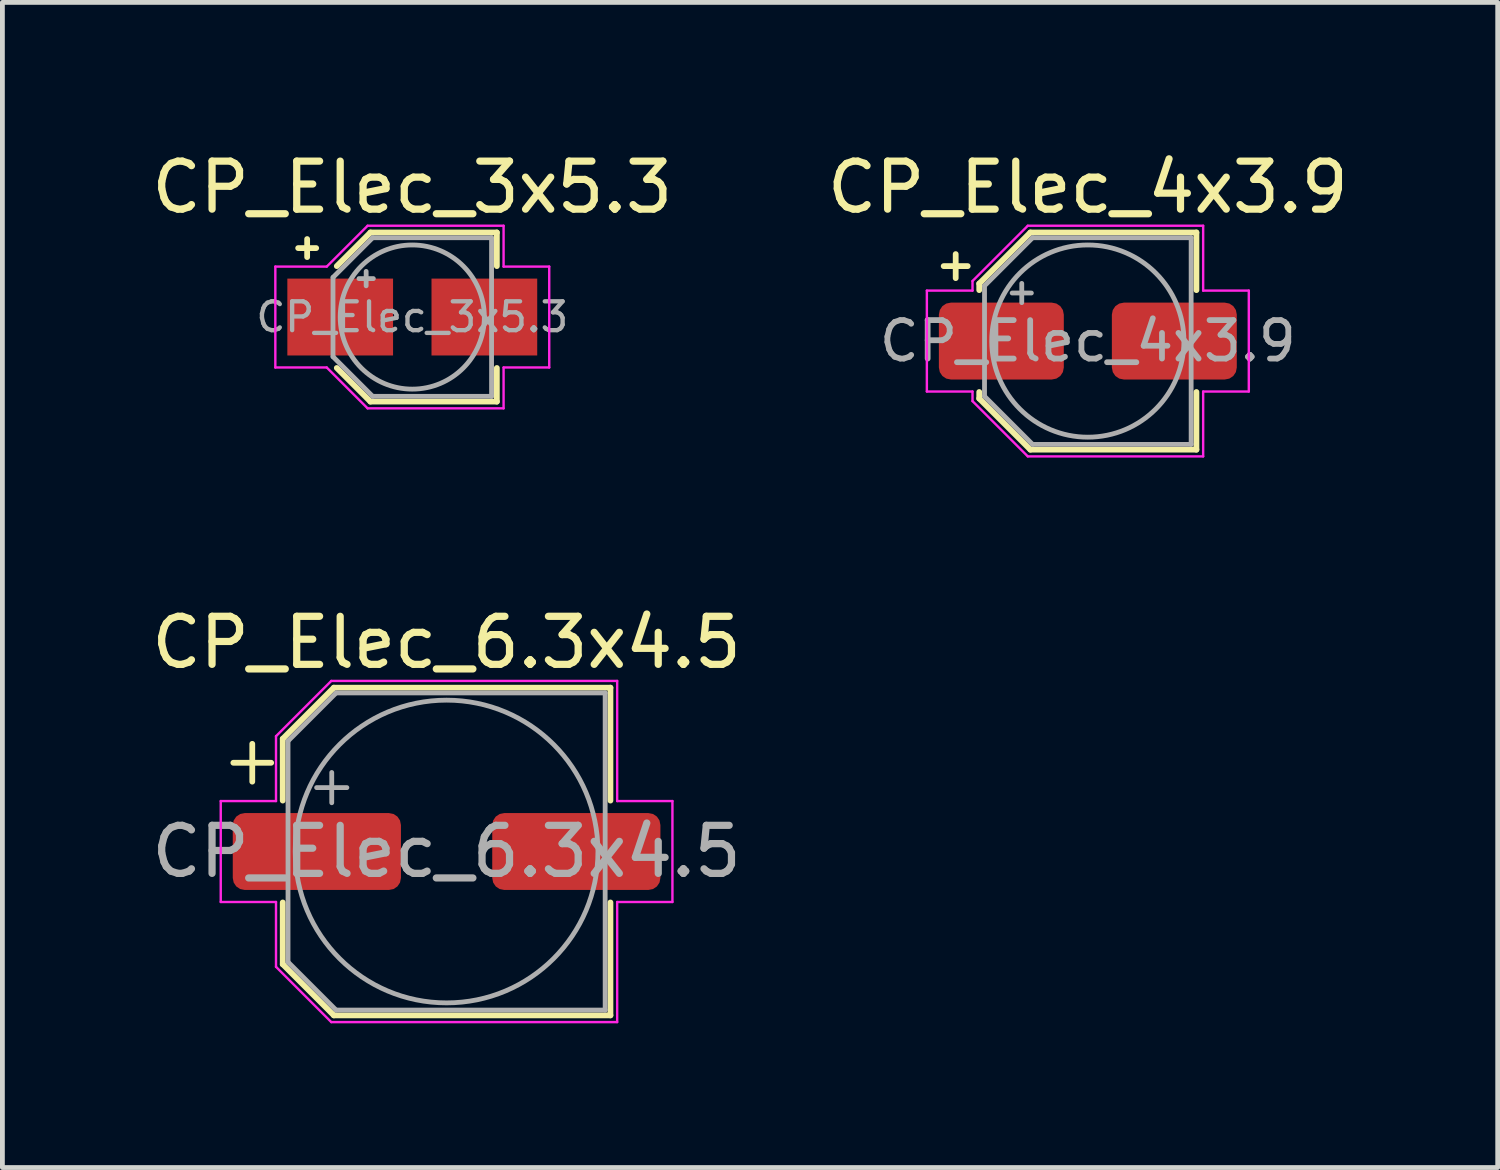
<source format=kicad_pcb>
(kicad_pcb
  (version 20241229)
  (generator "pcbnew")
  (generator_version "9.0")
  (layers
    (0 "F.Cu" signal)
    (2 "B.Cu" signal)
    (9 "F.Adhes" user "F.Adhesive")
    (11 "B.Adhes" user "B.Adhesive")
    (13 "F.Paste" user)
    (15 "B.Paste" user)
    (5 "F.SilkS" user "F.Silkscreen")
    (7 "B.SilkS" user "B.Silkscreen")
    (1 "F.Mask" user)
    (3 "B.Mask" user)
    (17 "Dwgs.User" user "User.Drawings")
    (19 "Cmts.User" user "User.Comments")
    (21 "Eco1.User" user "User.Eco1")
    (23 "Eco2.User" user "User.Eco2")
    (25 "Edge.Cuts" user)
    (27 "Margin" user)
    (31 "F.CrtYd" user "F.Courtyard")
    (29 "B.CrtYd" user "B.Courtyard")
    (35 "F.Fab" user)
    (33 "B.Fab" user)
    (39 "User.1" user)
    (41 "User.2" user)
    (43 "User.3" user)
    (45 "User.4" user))
  (footprint "CP_Elec_3x5.3"
    (layer "F.Cu")
    (at 5.53 3.548)
    (property "Reference" "CP_Elec_3x5.3" (at 0 -2.7 0) (layer "F.SilkS") (effects (font (size 1 1) (thickness 0.15))))
    (attr smd)
    (fp_line (start -2.375 -1.435) (end -2 -1.435) (stroke (width 0.12) (type solid)) (layer "F.SilkS"))
    (fp_line (start -2.188 -1.623) (end -2.188 -1.248) (stroke (width 0.12) (type solid)) (layer "F.SilkS"))
    (fp_line (start -1.571 -1.06) (end -0.871 -1.76) (stroke (width 0.12) (type solid)) (layer "F.SilkS"))
    (fp_line (start -1.571 1.06) (end -0.871 1.76) (stroke (width 0.12) (type solid)) (layer "F.SilkS"))
    (fp_line (start -0.871 -1.76) (end 1.76 -1.76) (stroke (width 0.12) (type solid)) (layer "F.SilkS"))
    (fp_line (start -0.871 1.76) (end 1.76 1.76) (stroke (width 0.12) (type solid)) (layer "F.SilkS"))
    (fp_line (start 1.76 -1.76) (end 1.76 -1.06) (stroke (width 0.12) (type solid)) (layer "F.SilkS"))
    (fp_line (start 1.76 1.76) (end 1.76 1.06) (stroke (width 0.12) (type solid)) (layer "F.SilkS"))
    (fp_line (start -2.85 -1.05) (end -2.85 1.05) (stroke (width 0.05) (type solid)) (layer "F.CrtYd"))
    (fp_line (start -2.85 1.05) (end -1.78 1.05) (stroke (width 0.05) (type solid)) (layer "F.CrtYd"))
    (fp_line (start -1.78 -1.05) (end -2.85 -1.05) (stroke (width 0.05) (type solid)) (layer "F.CrtYd"))
    (fp_line (start -1.78 -1.05) (end -0.93 -1.9) (stroke (width 0.05) (type solid)) (layer "F.CrtYd"))
    (fp_line (start -1.78 1.05) (end -0.93 1.9) (stroke (width 0.05) (type solid)) (layer "F.CrtYd"))
    (fp_line (start -0.93 -1.9) (end 1.9 -1.9) (stroke (width 0.05) (type solid)) (layer "F.CrtYd"))
    (fp_line (start -0.93 1.9) (end 1.9 1.9) (stroke (width 0.05) (type solid)) (layer "F.CrtYd"))
    (fp_line (start 1.9 -1.9) (end 1.9 -1.05) (stroke (width 0.05) (type solid)) (layer "F.CrtYd"))
    (fp_line (start 1.9 -1.05) (end 2.85 -1.05) (stroke (width 0.05) (type solid)) (layer "F.CrtYd"))
    (fp_line (start 1.9 1.05) (end 1.9 1.9) (stroke (width 0.05) (type solid)) (layer "F.CrtYd"))
    (fp_line (start 2.85 -1.05) (end 2.85 1.05) (stroke (width 0.05) (type solid)) (layer "F.CrtYd"))
    (fp_line (start 2.85 1.05) (end 1.9 1.05) (stroke (width 0.05) (type solid)) (layer "F.CrtYd"))
    (fp_line (start -1.65 -0.825) (end -1.65 0.825) (stroke (width 0.1) (type solid)) (layer "F.Fab"))
    (fp_line (start -1.65 -0.825) (end -0.825 -1.65) (stroke (width 0.1) (type solid)) (layer "F.Fab"))
    (fp_line (start -1.65 0.825) (end -0.825 1.65) (stroke (width 0.1) (type solid)) (layer "F.Fab"))
    (fp_line (start -1.11 -0.8) (end -0.81 -0.8) (stroke (width 0.1) (type solid)) (layer "F.Fab"))
    (fp_line (start -0.96 -0.95) (end -0.96 -0.65) (stroke (width 0.1) (type solid)) (layer "F.Fab"))
    (fp_line (start -0.825 -1.65) (end 1.65 -1.65) (stroke (width 0.1) (type solid)) (layer "F.Fab"))
    (fp_line (start -0.825 1.65) (end 1.65 1.65) (stroke (width 0.1) (type solid)) (layer "F.Fab"))
    (fp_line (start 1.65 -1.65) (end 1.65 1.65) (stroke (width 0.1) (type solid)) (layer "F.Fab"))
    (fp_circle (center 0 0) (end 1.5 0) (stroke (width 0.1) (type solid)) (fill no) (layer "F.Fab"))
    (fp_text user "${REFERENCE}" (at 0 0 0) (layer "F.Fab") (effects (font (size 0.6 0.6) (thickness 0.09))))
    (pad "1" smd rect (at -1.5 0) (size 2.2 1.6) (layers "F.Cu" "F.Mask" "F.Paste"))
    (pad "2" smd rect (at 1.5 0) (size 2.2 1.6) (layers "F.Cu" "F.Mask" "F.Paste")))
  (footprint "CP_Elec_6.3x4.5"
    (layer "F.Cu")
    (at 6.244 14.671)
    (property "Reference" "CP_Elec_6.3x4.5" (at 0 -4.35 0) (layer "F.SilkS") (effects (font (size 1 1) (thickness 0.15))))
    (attr smd)
    (fp_line (start -4.438 -1.847) (end -3.65 -1.847) (stroke (width 0.12) (type solid)) (layer "F.SilkS"))
    (fp_line (start -4.044 -2.241) (end -4.044 -1.454) (stroke (width 0.12) (type solid)) (layer "F.SilkS"))
    (fp_line (start -3.41 -2.346) (end -3.41 -1.06) (stroke (width 0.12) (type solid)) (layer "F.SilkS"))
    (fp_line (start -3.41 -2.346) (end -2.346 -3.41) (stroke (width 0.12) (type solid)) (layer "F.SilkS"))
    (fp_line (start -3.41 2.346) (end -3.41 1.06) (stroke (width 0.12) (type solid)) (layer "F.SilkS"))
    (fp_line (start -3.41 2.346) (end -2.346 3.41) (stroke (width 0.12) (type solid)) (layer "F.SilkS"))
    (fp_line (start -2.346 -3.41) (end 3.41 -3.41) (stroke (width 0.12) (type solid)) (layer "F.SilkS"))
    (fp_line (start -2.346 3.41) (end 3.41 3.41) (stroke (width 0.12) (type solid)) (layer "F.SilkS"))
    (fp_line (start 3.41 -3.41) (end 3.41 -1.06) (stroke (width 0.12) (type solid)) (layer "F.SilkS"))
    (fp_line (start 3.41 3.41) (end 3.41 1.06) (stroke (width 0.12) (type solid)) (layer "F.SilkS"))
    (fp_line (start -4.7 -1.05) (end -4.7 1.05) (stroke (width 0.05) (type solid)) (layer "F.CrtYd"))
    (fp_line (start -4.7 1.05) (end -3.55 1.05) (stroke (width 0.05) (type solid)) (layer "F.CrtYd"))
    (fp_line (start -3.55 -2.4) (end -3.55 -1.05) (stroke (width 0.05) (type solid)) (layer "F.CrtYd"))
    (fp_line (start -3.55 -2.4) (end -2.4 -3.55) (stroke (width 0.05) (type solid)) (layer "F.CrtYd"))
    (fp_line (start -3.55 -1.05) (end -4.7 -1.05) (stroke (width 0.05) (type solid)) (layer "F.CrtYd"))
    (fp_line (start -3.55 1.05) (end -3.55 2.4) (stroke (width 0.05) (type solid)) (layer "F.CrtYd"))
    (fp_line (start -3.55 2.4) (end -2.4 3.55) (stroke (width 0.05) (type solid)) (layer "F.CrtYd"))
    (fp_line (start -2.4 -3.55) (end 3.55 -3.55) (stroke (width 0.05) (type solid)) (layer "F.CrtYd"))
    (fp_line (start -2.4 3.55) (end 3.55 3.55) (stroke (width 0.05) (type solid)) (layer "F.CrtYd"))
    (fp_line (start 3.55 -3.55) (end 3.55 -1.05) (stroke (width 0.05) (type solid)) (layer "F.CrtYd"))
    (fp_line (start 3.55 -1.05) (end 4.7 -1.05) (stroke (width 0.05) (type solid)) (layer "F.CrtYd"))
    (fp_line (start 3.55 1.05) (end 3.55 3.55) (stroke (width 0.05) (type solid)) (layer "F.CrtYd"))
    (fp_line (start 4.7 -1.05) (end 4.7 1.05) (stroke (width 0.05) (type solid)) (layer "F.CrtYd"))
    (fp_line (start 4.7 1.05) (end 3.55 1.05) (stroke (width 0.05) (type solid)) (layer "F.CrtYd"))
    (fp_line (start -3.3 -2.3) (end -3.3 2.3) (stroke (width 0.1) (type solid)) (layer "F.Fab"))
    (fp_line (start -3.3 -2.3) (end -2.3 -3.3) (stroke (width 0.1) (type solid)) (layer "F.Fab"))
    (fp_line (start -3.3 2.3) (end -2.3 3.3) (stroke (width 0.1) (type solid)) (layer "F.Fab"))
    (fp_line (start -2.705 -1.33) (end -2.075 -1.33) (stroke (width 0.1) (type solid)) (layer "F.Fab"))
    (fp_line (start -2.39 -1.645) (end -2.39 -1.015) (stroke (width 0.1) (type solid)) (layer "F.Fab"))
    (fp_line (start -2.3 -3.3) (end 3.3 -3.3) (stroke (width 0.1) (type solid)) (layer "F.Fab"))
    (fp_line (start -2.3 3.3) (end 3.3 3.3) (stroke (width 0.1) (type solid)) (layer "F.Fab"))
    (fp_line (start 3.3 -3.3) (end 3.3 3.3) (stroke (width 0.1) (type solid)) (layer "F.Fab"))
    (fp_circle (center 0 0) (end 3.15 0) (stroke (width 0.1) (type solid)) (fill no) (layer "F.Fab"))
    (fp_text user "${REFERENCE}" (at 0 0 0) (layer "F.Fab") (effects (font (size 1 1) (thickness 0.15))))
    (pad "1" smd roundrect (at -2.7 0) (size 3.5 1.6) (layers "F.Cu" "F.Mask" "F.Paste") (roundrect_rratio 0.156))
    (pad "2" smd roundrect (at 2.7 0) (size 3.5 1.6) (layers "F.Cu" "F.Mask" "F.Paste") (roundrect_rratio 0.156)))
  (footprint "CP_Elec_4x3.9"
    (layer "F.Cu")
    (at 19.589 4.048)
    (property "Reference" "CP_Elec_4x3.9" (at 0 -3.2 0) (layer "F.SilkS") (effects (font (size 1 1) (thickness 0.15))))
    (attr smd)
    (fp_line (start -3 -1.56) (end -2.5 -1.56) (stroke (width 0.12) (type solid)) (layer "F.SilkS"))
    (fp_line (start -2.75 -1.81) (end -2.75 -1.31) (stroke (width 0.12) (type solid)) (layer "F.SilkS"))
    (fp_line (start -2.26 -1.196) (end -2.26 -1.06) (stroke (width 0.12) (type solid)) (layer "F.SilkS"))
    (fp_line (start -2.26 -1.196) (end -1.196 -2.26) (stroke (width 0.12) (type solid)) (layer "F.SilkS"))
    (fp_line (start -2.26 1.196) (end -2.26 1.06) (stroke (width 0.12) (type solid)) (layer "F.SilkS"))
    (fp_line (start -2.26 1.196) (end -1.196 2.26) (stroke (width 0.12) (type solid)) (layer "F.SilkS"))
    (fp_line (start -1.196 -2.26) (end 2.26 -2.26) (stroke (width 0.12) (type solid)) (layer "F.SilkS"))
    (fp_line (start -1.196 2.26) (end 2.26 2.26) (stroke (width 0.12) (type solid)) (layer "F.SilkS"))
    (fp_line (start 2.26 -2.26) (end 2.26 -1.06) (stroke (width 0.12) (type solid)) (layer "F.SilkS"))
    (fp_line (start 2.26 2.26) (end 2.26 1.06) (stroke (width 0.12) (type solid)) (layer "F.SilkS"))
    (fp_line (start -3.35 -1.05) (end -3.35 1.05) (stroke (width 0.05) (type solid)) (layer "F.CrtYd"))
    (fp_line (start -3.35 1.05) (end -2.4 1.05) (stroke (width 0.05) (type solid)) (layer "F.CrtYd"))
    (fp_line (start -2.4 -1.25) (end -2.4 -1.05) (stroke (width 0.05) (type solid)) (layer "F.CrtYd"))
    (fp_line (start -2.4 -1.25) (end -1.25 -2.4) (stroke (width 0.05) (type solid)) (layer "F.CrtYd"))
    (fp_line (start -2.4 -1.05) (end -3.35 -1.05) (stroke (width 0.05) (type solid)) (layer "F.CrtYd"))
    (fp_line (start -2.4 1.05) (end -2.4 1.25) (stroke (width 0.05) (type solid)) (layer "F.CrtYd"))
    (fp_line (start -2.4 1.25) (end -1.25 2.4) (stroke (width 0.05) (type solid)) (layer "F.CrtYd"))
    (fp_line (start -1.25 -2.4) (end 2.4 -2.4) (stroke (width 0.05) (type solid)) (layer "F.CrtYd"))
    (fp_line (start -1.25 2.4) (end 2.4 2.4) (stroke (width 0.05) (type solid)) (layer "F.CrtYd"))
    (fp_line (start 2.4 -2.4) (end 2.4 -1.05) (stroke (width 0.05) (type solid)) (layer "F.CrtYd"))
    (fp_line (start 2.4 -1.05) (end 3.35 -1.05) (stroke (width 0.05) (type solid)) (layer "F.CrtYd"))
    (fp_line (start 2.4 1.05) (end 2.4 2.4) (stroke (width 0.05) (type solid)) (layer "F.CrtYd"))
    (fp_line (start 3.35 -1.05) (end 3.35 1.05) (stroke (width 0.05) (type solid)) (layer "F.CrtYd"))
    (fp_line (start 3.35 1.05) (end 2.4 1.05) (stroke (width 0.05) (type solid)) (layer "F.CrtYd"))
    (fp_line (start -2.15 -1.15) (end -2.15 1.15) (stroke (width 0.1) (type solid)) (layer "F.Fab"))
    (fp_line (start -2.15 -1.15) (end -1.15 -2.15) (stroke (width 0.1) (type solid)) (layer "F.Fab"))
    (fp_line (start -2.15 1.15) (end -1.15 2.15) (stroke (width 0.1) (type solid)) (layer "F.Fab"))
    (fp_line (start -1.575 -1) (end -1.175 -1) (stroke (width 0.1) (type solid)) (layer "F.Fab"))
    (fp_line (start -1.375 -1.2) (end -1.375 -0.8) (stroke (width 0.1) (type solid)) (layer "F.Fab"))
    (fp_line (start -1.15 -2.15) (end 2.15 -2.15) (stroke (width 0.1) (type solid)) (layer "F.Fab"))
    (fp_line (start -1.15 2.15) (end 2.15 2.15) (stroke (width 0.1) (type solid)) (layer "F.Fab"))
    (fp_line (start 2.15 -2.15) (end 2.15 2.15) (stroke (width 0.1) (type solid)) (layer "F.Fab"))
    (fp_circle (center 0 0) (end 2 0) (stroke (width 0.1) (type solid)) (fill no) (layer "F.Fab"))
    (fp_text user "${REFERENCE}" (at 0 0 0) (layer "F.Fab") (effects (font (size 0.8 0.8) (thickness 0.12))))
    (pad "1" smd roundrect (at -1.8 0) (size 2.6 1.6) (layers "F.Cu" "F.Mask" "F.Paste") (roundrect_rratio 0.156))
    (pad "2" smd roundrect (at 1.8 0) (size 2.6 1.6) (layers "F.Cu" "F.Mask" "F.Paste") (roundrect_rratio 0.156)))
  (gr_rect
    (start -3 -3)
    (end 28.119 21.247)
    (stroke (width 0.1) (type default))
    (fill no)
    (layer "Edge.Cuts")))
</source>
